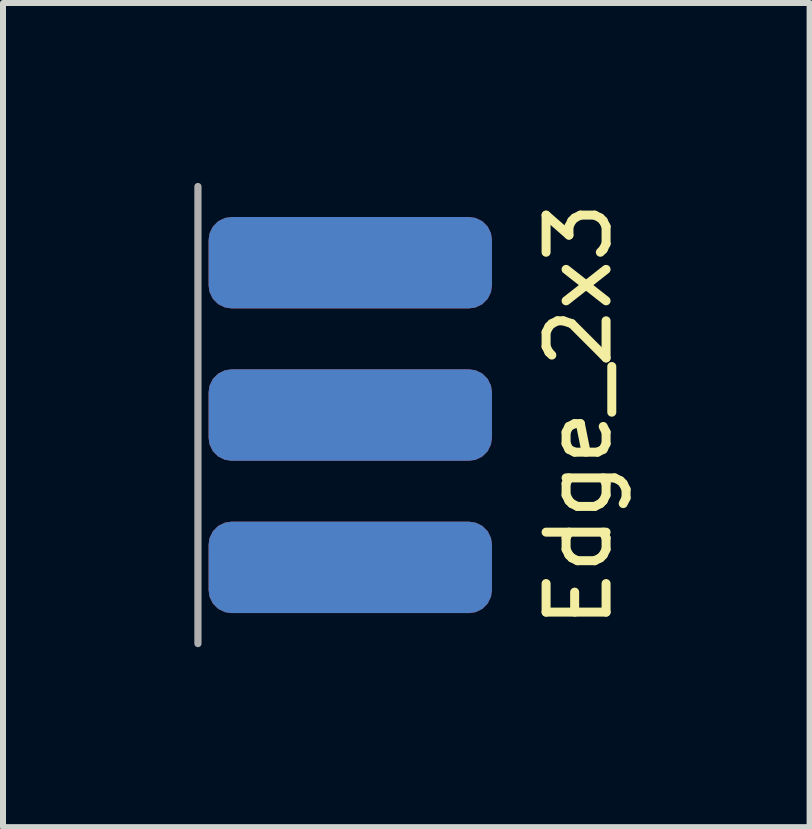
<source format=kicad_pcb>
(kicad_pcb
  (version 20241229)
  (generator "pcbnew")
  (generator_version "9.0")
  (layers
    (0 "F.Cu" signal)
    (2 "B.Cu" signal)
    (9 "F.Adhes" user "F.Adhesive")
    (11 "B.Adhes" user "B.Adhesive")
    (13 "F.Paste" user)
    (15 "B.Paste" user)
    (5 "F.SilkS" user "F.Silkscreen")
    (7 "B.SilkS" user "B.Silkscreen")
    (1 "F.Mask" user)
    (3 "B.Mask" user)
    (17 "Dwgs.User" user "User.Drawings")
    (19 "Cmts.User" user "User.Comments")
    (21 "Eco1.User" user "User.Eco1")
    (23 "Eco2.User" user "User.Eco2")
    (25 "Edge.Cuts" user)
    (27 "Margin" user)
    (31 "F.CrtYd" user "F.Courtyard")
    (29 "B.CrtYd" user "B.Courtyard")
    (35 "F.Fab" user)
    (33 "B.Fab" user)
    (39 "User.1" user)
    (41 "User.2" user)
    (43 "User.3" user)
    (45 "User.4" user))
  (footprint "Edge_2x3"
    (layer "F.Cu")
    (at 0.25 3.87)
    (property "Reference" "Edge_2x3" (at 6.35 0 90) (unlocked yes) (layer "F.SilkS") (effects (font (size 1 1) (thickness 0.15))))
    (attr smd)
    (fp_line (start 0 -3.81) (end 0 3.81) (stroke (width 0.12) (type default)) (layer "F.Fab"))
    (pad "1" smd roundrect (at 2.54 -2.54) (size 4.724 1.524) (layers "F.Cu" "F.Mask" "F.Paste") (roundrect_rratio 0.25))
    (pad "2" smd roundrect (at 2.54 -2.54) (size 4.724 1.524) (layers "B.Cu" "B.Mask" "B.Paste") (roundrect_rratio 0.25))
    (pad "3" smd roundrect (at 2.54 0) (size 4.724 1.524) (layers "F.Cu" "F.Mask" "F.Paste") (roundrect_rratio 0.25))
    (pad "4" smd roundrect (at 2.54 0) (size 4.724 1.524) (layers "B.Cu" "B.Mask" "B.Paste") (roundrect_rratio 0.25))
    (pad "5" smd roundrect (at 2.54 2.54) (size 4.724 1.524) (layers "F.Cu" "F.Mask" "F.Paste") (roundrect_rratio 0.25))
    (pad "6" smd roundrect (at 2.54 2.54) (size 4.724 1.524) (layers "B.Cu" "B.Mask" "B.Paste") (roundrect_rratio 0.25)))
  (gr_rect
    (start -3 -3)
    (end 10.448 10.74)
    (stroke (width 0.1) (type default))
    (fill no)
    (layer "Edge.Cuts")))
</source>
